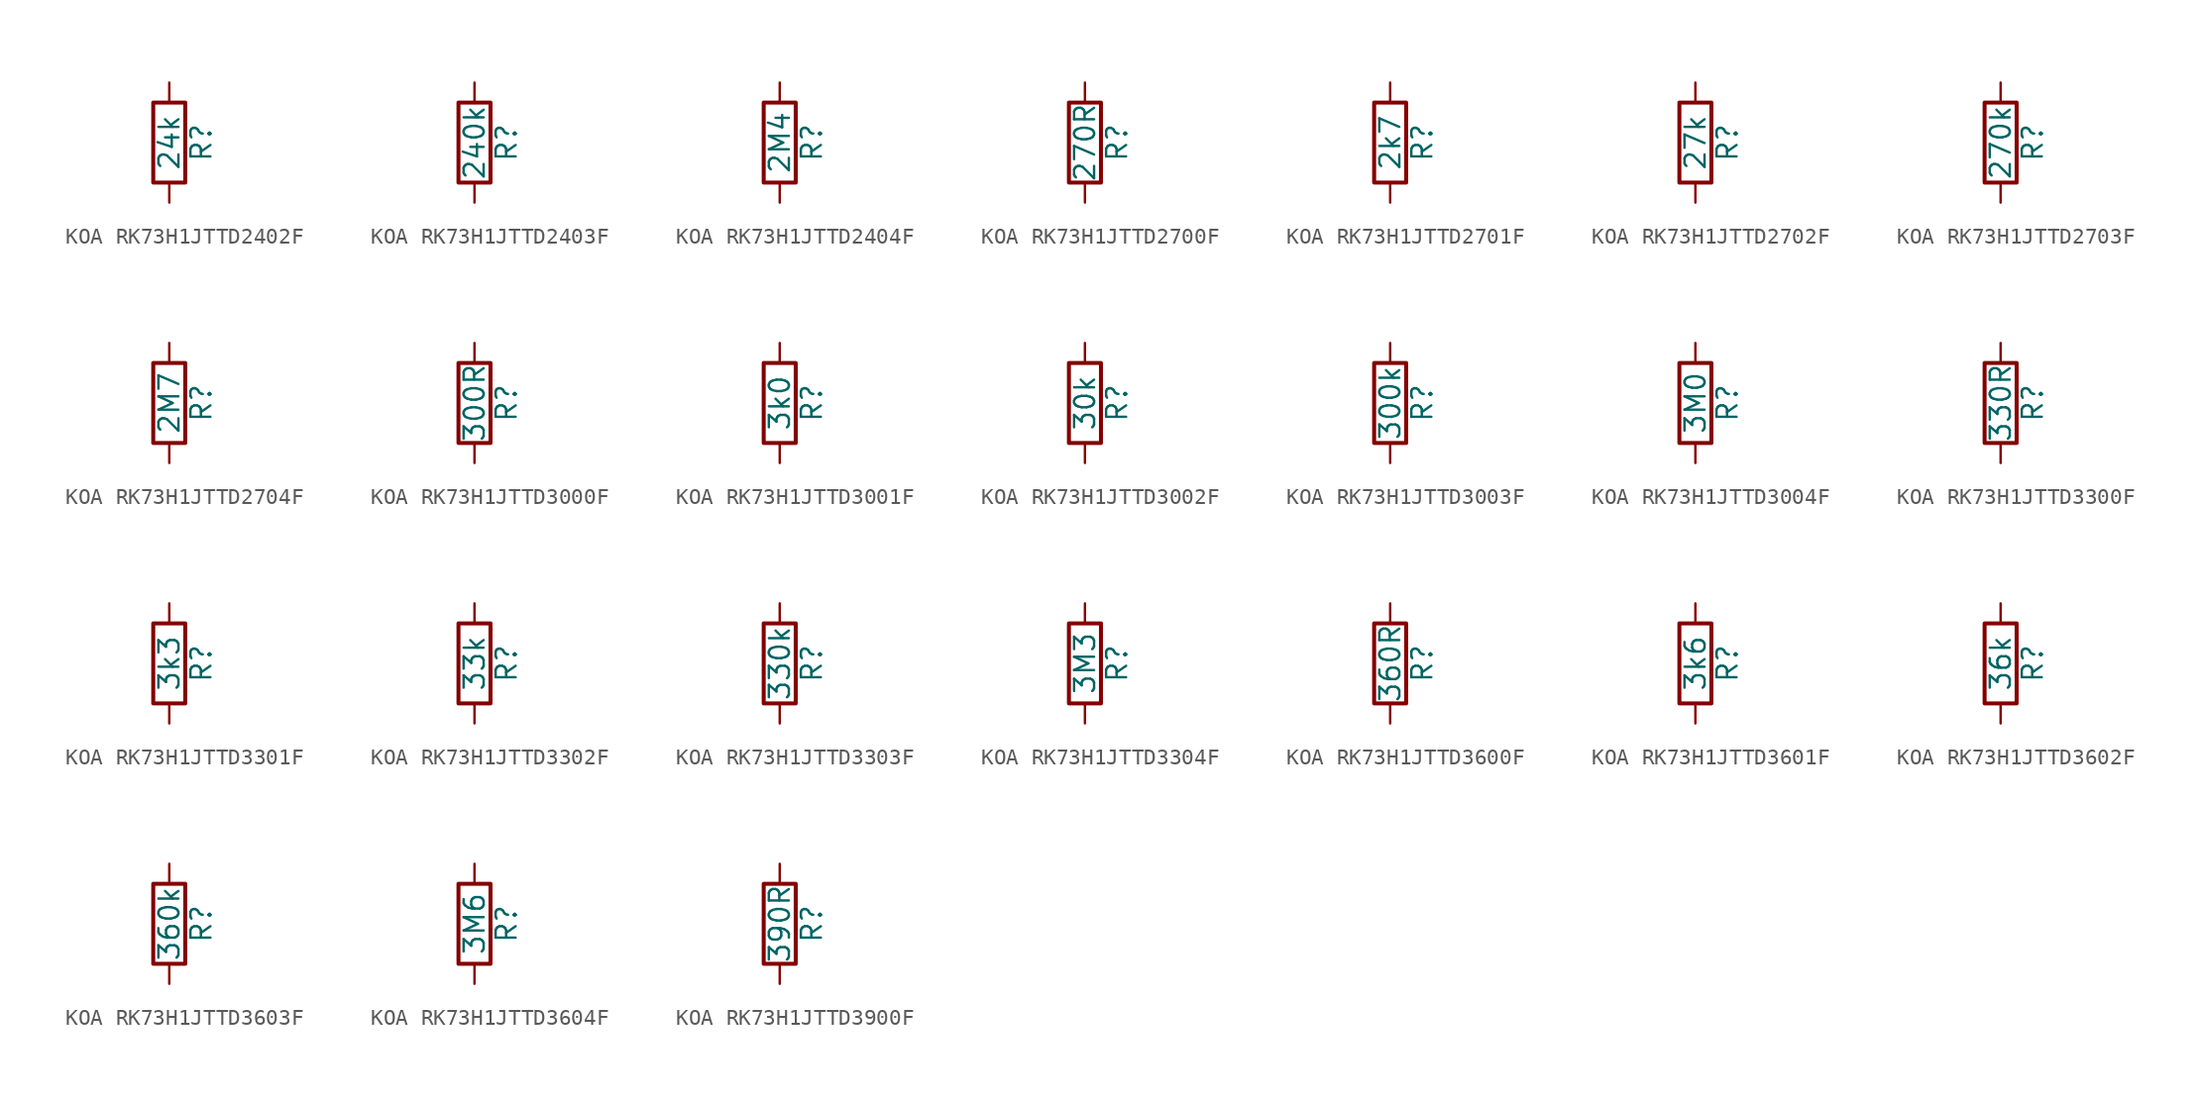
<source format=kicad_sym>
(kicad_symbol_lib
  (version 20220914)
  (generator kicad_symbol_editor)
  (symbol "KOA RK73H1JTTD2402F"
    (pin_numbers hide)
    (pin_names
      (offset 0))
    (property "Reference" "R"
      (at 2.032 0 90)
      (effects (font (size 1.27 1.27))))
    (property "Value" "24k"
      (at 0 0 90)
      (effects (font (size 1.27 1.27))))
    (symbol "KOA RK73H1JTTD2402F_0_1"
      (rectangle (start -1.016 -2.54) (end 1.016 2.54) (stroke (width 0.254) (type default)) (fill (type none))))
    (symbol "KOA RK73H1JTTD2402F_1_1"
      (pin passive line (at 0 3.81 270) (length 1.27) (name "~" (effects (font (size 1.27 1.27)))) (number "1" (effects (font (size 1.27 1.27)))))
      (pin passive line (at 0 -3.81 90) (length 1.27) (name "~" (effects (font (size 1.27 1.27)))) (number "2" (effects (font (size 1.27 1.27)))))))
  (symbol "KOA RK73H1JTTD2403F"
    (pin_numbers hide)
    (pin_names
      (offset 0))
    (property "Reference" "R"
      (at 2.032 0 90)
      (effects (font (size 1.27 1.27))))
    (property "Value" "240k"
      (at 0 0 90)
      (effects (font (size 1.27 1.27))))
    (symbol "KOA RK73H1JTTD2403F_0_1"
      (rectangle (start -1.016 -2.54) (end 1.016 2.54) (stroke (width 0.254) (type default)) (fill (type none))))
    (symbol "KOA RK73H1JTTD2403F_1_1"
      (pin passive line (at 0 3.81 270) (length 1.27) (name "~" (effects (font (size 1.27 1.27)))) (number "1" (effects (font (size 1.27 1.27)))))
      (pin passive line (at 0 -3.81 90) (length 1.27) (name "~" (effects (font (size 1.27 1.27)))) (number "2" (effects (font (size 1.27 1.27)))))))
  (symbol "KOA RK73H1JTTD2404F"
    (pin_numbers hide)
    (pin_names
      (offset 0))
    (property "Reference" "R"
      (at 2.032 0 90)
      (effects (font (size 1.27 1.27))))
    (property "Value" "2M4"
      (at 0 0 90)
      (effects (font (size 1.27 1.27))))
    (symbol "KOA RK73H1JTTD2404F_0_1"
      (rectangle (start -1.016 -2.54) (end 1.016 2.54) (stroke (width 0.254) (type default)) (fill (type none))))
    (symbol "KOA RK73H1JTTD2404F_1_1"
      (pin passive line (at 0 3.81 270) (length 1.27) (name "~" (effects (font (size 1.27 1.27)))) (number "1" (effects (font (size 1.27 1.27)))))
      (pin passive line (at 0 -3.81 90) (length 1.27) (name "~" (effects (font (size 1.27 1.27)))) (number "2" (effects (font (size 1.27 1.27)))))))
  (symbol "KOA RK73H1JTTD2700F"
    (pin_numbers hide)
    (pin_names
      (offset 0))
    (property "Reference" "R"
      (at 2.032 0 90)
      (effects (font (size 1.27 1.27))))
    (property "Value" "270R"
      (at 0 0 90)
      (effects (font (size 1.27 1.27))))
    (symbol "KOA RK73H1JTTD2700F_0_1"
      (rectangle (start -1.016 -2.54) (end 1.016 2.54) (stroke (width 0.254) (type default)) (fill (type none))))
    (symbol "KOA RK73H1JTTD2700F_1_1"
      (pin passive line (at 0 3.81 270) (length 1.27) (name "~" (effects (font (size 1.27 1.27)))) (number "1" (effects (font (size 1.27 1.27)))))
      (pin passive line (at 0 -3.81 90) (length 1.27) (name "~" (effects (font (size 1.27 1.27)))) (number "2" (effects (font (size 1.27 1.27)))))))
  (symbol "KOA RK73H1JTTD2701F"
    (pin_numbers hide)
    (pin_names
      (offset 0))
    (property "Reference" "R"
      (at 2.032 0 90)
      (effects (font (size 1.27 1.27))))
    (property "Value" "2k7"
      (at 0 0 90)
      (effects (font (size 1.27 1.27))))
    (symbol "KOA RK73H1JTTD2701F_0_1"
      (rectangle (start -1.016 -2.54) (end 1.016 2.54) (stroke (width 0.254) (type default)) (fill (type none))))
    (symbol "KOA RK73H1JTTD2701F_1_1"
      (pin passive line (at 0 3.81 270) (length 1.27) (name "~" (effects (font (size 1.27 1.27)))) (number "1" (effects (font (size 1.27 1.27)))))
      (pin passive line (at 0 -3.81 90) (length 1.27) (name "~" (effects (font (size 1.27 1.27)))) (number "2" (effects (font (size 1.27 1.27)))))))
  (symbol "KOA RK73H1JTTD2702F"
    (pin_numbers hide)
    (pin_names
      (offset 0))
    (property "Reference" "R"
      (at 2.032 0 90)
      (effects (font (size 1.27 1.27))))
    (property "Value" "27k"
      (at 0 0 90)
      (effects (font (size 1.27 1.27))))
    (symbol "KOA RK73H1JTTD2702F_0_1"
      (rectangle (start -1.016 -2.54) (end 1.016 2.54) (stroke (width 0.254) (type default)) (fill (type none))))
    (symbol "KOA RK73H1JTTD2702F_1_1"
      (pin passive line (at 0 3.81 270) (length 1.27) (name "~" (effects (font (size 1.27 1.27)))) (number "1" (effects (font (size 1.27 1.27)))))
      (pin passive line (at 0 -3.81 90) (length 1.27) (name "~" (effects (font (size 1.27 1.27)))) (number "2" (effects (font (size 1.27 1.27)))))))
  (symbol "KOA RK73H1JTTD2703F"
    (pin_numbers hide)
    (pin_names
      (offset 0))
    (property "Reference" "R"
      (at 2.032 0 90)
      (effects (font (size 1.27 1.27))))
    (property "Value" "270k"
      (at 0 0 90)
      (effects (font (size 1.27 1.27))))
    (symbol "KOA RK73H1JTTD2703F_0_1"
      (rectangle (start -1.016 -2.54) (end 1.016 2.54) (stroke (width 0.254) (type default)) (fill (type none))))
    (symbol "KOA RK73H1JTTD2703F_1_1"
      (pin passive line (at 0 3.81 270) (length 1.27) (name "~" (effects (font (size 1.27 1.27)))) (number "1" (effects (font (size 1.27 1.27)))))
      (pin passive line (at 0 -3.81 90) (length 1.27) (name "~" (effects (font (size 1.27 1.27)))) (number "2" (effects (font (size 1.27 1.27)))))))
  (symbol "KOA RK73H1JTTD2704F"
    (pin_numbers hide)
    (pin_names
      (offset 0))
    (property "Reference" "R"
      (at 2.032 0 90)
      (effects (font (size 1.27 1.27))))
    (property "Value" "2M7"
      (at 0 0 90)
      (effects (font (size 1.27 1.27))))
    (symbol "KOA RK73H1JTTD2704F_0_1"
      (rectangle (start -1.016 -2.54) (end 1.016 2.54) (stroke (width 0.254) (type default)) (fill (type none))))
    (symbol "KOA RK73H1JTTD2704F_1_1"
      (pin passive line (at 0 3.81 270) (length 1.27) (name "~" (effects (font (size 1.27 1.27)))) (number "1" (effects (font (size 1.27 1.27)))))
      (pin passive line (at 0 -3.81 90) (length 1.27) (name "~" (effects (font (size 1.27 1.27)))) (number "2" (effects (font (size 1.27 1.27)))))))
  (symbol "KOA RK73H1JTTD3000F"
    (pin_numbers hide)
    (pin_names
      (offset 0))
    (property "Reference" "R"
      (at 2.032 0 90)
      (effects (font (size 1.27 1.27))))
    (property "Value" "300R"
      (at 0 0 90)
      (effects (font (size 1.27 1.27))))
    (symbol "KOA RK73H1JTTD3000F_0_1"
      (rectangle (start -1.016 -2.54) (end 1.016 2.54) (stroke (width 0.254) (type default)) (fill (type none))))
    (symbol "KOA RK73H1JTTD3000F_1_1"
      (pin passive line (at 0 3.81 270) (length 1.27) (name "~" (effects (font (size 1.27 1.27)))) (number "1" (effects (font (size 1.27 1.27)))))
      (pin passive line (at 0 -3.81 90) (length 1.27) (name "~" (effects (font (size 1.27 1.27)))) (number "2" (effects (font (size 1.27 1.27)))))))
  (symbol "KOA RK73H1JTTD3001F"
    (pin_numbers hide)
    (pin_names
      (offset 0))
    (property "Reference" "R"
      (at 2.032 0 90)
      (effects (font (size 1.27 1.27))))
    (property "Value" "3k0"
      (at 0 0 90)
      (effects (font (size 1.27 1.27))))
    (symbol "KOA RK73H1JTTD3001F_0_1"
      (rectangle (start -1.016 -2.54) (end 1.016 2.54) (stroke (width 0.254) (type default)) (fill (type none))))
    (symbol "KOA RK73H1JTTD3001F_1_1"
      (pin passive line (at 0 3.81 270) (length 1.27) (name "~" (effects (font (size 1.27 1.27)))) (number "1" (effects (font (size 1.27 1.27)))))
      (pin passive line (at 0 -3.81 90) (length 1.27) (name "~" (effects (font (size 1.27 1.27)))) (number "2" (effects (font (size 1.27 1.27)))))))
  (symbol "KOA RK73H1JTTD3002F"
    (pin_numbers hide)
    (pin_names
      (offset 0))
    (property "Reference" "R"
      (at 2.032 0 90)
      (effects (font (size 1.27 1.27))))
    (property "Value" "30k"
      (at 0 0 90)
      (effects (font (size 1.27 1.27))))
    (symbol "KOA RK73H1JTTD3002F_0_1"
      (rectangle (start -1.016 -2.54) (end 1.016 2.54) (stroke (width 0.254) (type default)) (fill (type none))))
    (symbol "KOA RK73H1JTTD3002F_1_1"
      (pin passive line (at 0 3.81 270) (length 1.27) (name "~" (effects (font (size 1.27 1.27)))) (number "1" (effects (font (size 1.27 1.27)))))
      (pin passive line (at 0 -3.81 90) (length 1.27) (name "~" (effects (font (size 1.27 1.27)))) (number "2" (effects (font (size 1.27 1.27)))))))
  (symbol "KOA RK73H1JTTD3003F"
    (pin_numbers hide)
    (pin_names
      (offset 0))
    (property "Reference" "R"
      (at 2.032 0 90)
      (effects (font (size 1.27 1.27))))
    (property "Value" "300k"
      (at 0 0 90)
      (effects (font (size 1.27 1.27))))
    (symbol "KOA RK73H1JTTD3003F_0_1"
      (rectangle (start -1.016 -2.54) (end 1.016 2.54) (stroke (width 0.254) (type default)) (fill (type none))))
    (symbol "KOA RK73H1JTTD3003F_1_1"
      (pin passive line (at 0 3.81 270) (length 1.27) (name "~" (effects (font (size 1.27 1.27)))) (number "1" (effects (font (size 1.27 1.27)))))
      (pin passive line (at 0 -3.81 90) (length 1.27) (name "~" (effects (font (size 1.27 1.27)))) (number "2" (effects (font (size 1.27 1.27)))))))
  (symbol "KOA RK73H1JTTD3004F"
    (pin_numbers hide)
    (pin_names
      (offset 0))
    (property "Reference" "R"
      (at 2.032 0 90)
      (effects (font (size 1.27 1.27))))
    (property "Value" "3M0"
      (at 0 0 90)
      (effects (font (size 1.27 1.27))))
    (symbol "KOA RK73H1JTTD3004F_0_1"
      (rectangle (start -1.016 -2.54) (end 1.016 2.54) (stroke (width 0.254) (type default)) (fill (type none))))
    (symbol "KOA RK73H1JTTD3004F_1_1"
      (pin passive line (at 0 3.81 270) (length 1.27) (name "~" (effects (font (size 1.27 1.27)))) (number "1" (effects (font (size 1.27 1.27)))))
      (pin passive line (at 0 -3.81 90) (length 1.27) (name "~" (effects (font (size 1.27 1.27)))) (number "2" (effects (font (size 1.27 1.27)))))))
  (symbol "KOA RK73H1JTTD3300F"
    (pin_numbers hide)
    (pin_names
      (offset 0))
    (property "Reference" "R"
      (at 2.032 0 90)
      (effects (font (size 1.27 1.27))))
    (property "Value" "330R"
      (at 0 0 90)
      (effects (font (size 1.27 1.27))))
    (symbol "KOA RK73H1JTTD3300F_0_1"
      (rectangle (start -1.016 -2.54) (end 1.016 2.54) (stroke (width 0.254) (type default)) (fill (type none))))
    (symbol "KOA RK73H1JTTD3300F_1_1"
      (pin passive line (at 0 3.81 270) (length 1.27) (name "~" (effects (font (size 1.27 1.27)))) (number "1" (effects (font (size 1.27 1.27)))))
      (pin passive line (at 0 -3.81 90) (length 1.27) (name "~" (effects (font (size 1.27 1.27)))) (number "2" (effects (font (size 1.27 1.27)))))))
  (symbol "KOA RK73H1JTTD3301F"
    (pin_numbers hide)
    (pin_names
      (offset 0))
    (property "Reference" "R"
      (at 2.032 0 90)
      (effects (font (size 1.27 1.27))))
    (property "Value" "3k3"
      (at 0 0 90)
      (effects (font (size 1.27 1.27))))
    (symbol "KOA RK73H1JTTD3301F_0_1"
      (rectangle (start -1.016 -2.54) (end 1.016 2.54) (stroke (width 0.254) (type default)) (fill (type none))))
    (symbol "KOA RK73H1JTTD3301F_1_1"
      (pin passive line (at 0 3.81 270) (length 1.27) (name "~" (effects (font (size 1.27 1.27)))) (number "1" (effects (font (size 1.27 1.27)))))
      (pin passive line (at 0 -3.81 90) (length 1.27) (name "~" (effects (font (size 1.27 1.27)))) (number "2" (effects (font (size 1.27 1.27)))))))
  (symbol "KOA RK73H1JTTD3302F"
    (pin_numbers hide)
    (pin_names
      (offset 0))
    (property "Reference" "R"
      (at 2.032 0 90)
      (effects (font (size 1.27 1.27))))
    (property "Value" "33k"
      (at 0 0 90)
      (effects (font (size 1.27 1.27))))
    (symbol "KOA RK73H1JTTD3302F_0_1"
      (rectangle (start -1.016 -2.54) (end 1.016 2.54) (stroke (width 0.254) (type default)) (fill (type none))))
    (symbol "KOA RK73H1JTTD3302F_1_1"
      (pin passive line (at 0 3.81 270) (length 1.27) (name "~" (effects (font (size 1.27 1.27)))) (number "1" (effects (font (size 1.27 1.27)))))
      (pin passive line (at 0 -3.81 90) (length 1.27) (name "~" (effects (font (size 1.27 1.27)))) (number "2" (effects (font (size 1.27 1.27)))))))
  (symbol "KOA RK73H1JTTD3303F"
    (pin_numbers hide)
    (pin_names
      (offset 0))
    (property "Reference" "R"
      (at 2.032 0 90)
      (effects (font (size 1.27 1.27))))
    (property "Value" "330k"
      (at 0 0 90)
      (effects (font (size 1.27 1.27))))
    (symbol "KOA RK73H1JTTD3303F_0_1"
      (rectangle (start -1.016 -2.54) (end 1.016 2.54) (stroke (width 0.254) (type default)) (fill (type none))))
    (symbol "KOA RK73H1JTTD3303F_1_1"
      (pin passive line (at 0 3.81 270) (length 1.27) (name "~" (effects (font (size 1.27 1.27)))) (number "1" (effects (font (size 1.27 1.27)))))
      (pin passive line (at 0 -3.81 90) (length 1.27) (name "~" (effects (font (size 1.27 1.27)))) (number "2" (effects (font (size 1.27 1.27)))))))
  (symbol "KOA RK73H1JTTD3304F"
    (pin_numbers hide)
    (pin_names
      (offset 0))
    (property "Reference" "R"
      (at 2.032 0 90)
      (effects (font (size 1.27 1.27))))
    (property "Value" "3M3"
      (at 0 0 90)
      (effects (font (size 1.27 1.27))))
    (symbol "KOA RK73H1JTTD3304F_0_1"
      (rectangle (start -1.016 -2.54) (end 1.016 2.54) (stroke (width 0.254) (type default)) (fill (type none))))
    (symbol "KOA RK73H1JTTD3304F_1_1"
      (pin passive line (at 0 3.81 270) (length 1.27) (name "~" (effects (font (size 1.27 1.27)))) (number "1" (effects (font (size 1.27 1.27)))))
      (pin passive line (at 0 -3.81 90) (length 1.27) (name "~" (effects (font (size 1.27 1.27)))) (number "2" (effects (font (size 1.27 1.27)))))))
  (symbol "KOA RK73H1JTTD3600F"
    (pin_numbers hide)
    (pin_names
      (offset 0))
    (property "Reference" "R"
      (at 2.032 0 90)
      (effects (font (size 1.27 1.27))))
    (property "Value" "360R"
      (at 0 0 90)
      (effects (font (size 1.27 1.27))))
    (symbol "KOA RK73H1JTTD3600F_0_1"
      (rectangle (start -1.016 -2.54) (end 1.016 2.54) (stroke (width 0.254) (type default)) (fill (type none))))
    (symbol "KOA RK73H1JTTD3600F_1_1"
      (pin passive line (at 0 3.81 270) (length 1.27) (name "~" (effects (font (size 1.27 1.27)))) (number "1" (effects (font (size 1.27 1.27)))))
      (pin passive line (at 0 -3.81 90) (length 1.27) (name "~" (effects (font (size 1.27 1.27)))) (number "2" (effects (font (size 1.27 1.27)))))))
  (symbol "KOA RK73H1JTTD3601F"
    (pin_numbers hide)
    (pin_names
      (offset 0))
    (property "Reference" "R"
      (at 2.032 0 90)
      (effects (font (size 1.27 1.27))))
    (property "Value" "3k6"
      (at 0 0 90)
      (effects (font (size 1.27 1.27))))
    (symbol "KOA RK73H1JTTD3601F_0_1"
      (rectangle (start -1.016 -2.54) (end 1.016 2.54) (stroke (width 0.254) (type default)) (fill (type none))))
    (symbol "KOA RK73H1JTTD3601F_1_1"
      (pin passive line (at 0 3.81 270) (length 1.27) (name "~" (effects (font (size 1.27 1.27)))) (number "1" (effects (font (size 1.27 1.27)))))
      (pin passive line (at 0 -3.81 90) (length 1.27) (name "~" (effects (font (size 1.27 1.27)))) (number "2" (effects (font (size 1.27 1.27)))))))
  (symbol "KOA RK73H1JTTD3602F"
    (pin_numbers hide)
    (pin_names
      (offset 0))
    (property "Reference" "R"
      (at 2.032 0 90)
      (effects (font (size 1.27 1.27))))
    (property "Value" "36k"
      (at 0 0 90)
      (effects (font (size 1.27 1.27))))
    (symbol "KOA RK73H1JTTD3602F_0_1"
      (rectangle (start -1.016 -2.54) (end 1.016 2.54) (stroke (width 0.254) (type default)) (fill (type none))))
    (symbol "KOA RK73H1JTTD3602F_1_1"
      (pin passive line (at 0 3.81 270) (length 1.27) (name "~" (effects (font (size 1.27 1.27)))) (number "1" (effects (font (size 1.27 1.27)))))
      (pin passive line (at 0 -3.81 90) (length 1.27) (name "~" (effects (font (size 1.27 1.27)))) (number "2" (effects (font (size 1.27 1.27)))))))
  (symbol "KOA RK73H1JTTD3603F"
    (pin_numbers hide)
    (pin_names
      (offset 0))
    (property "Reference" "R"
      (at 2.032 0 90)
      (effects (font (size 1.27 1.27))))
    (property "Value" "360k"
      (at 0 0 90)
      (effects (font (size 1.27 1.27))))
    (symbol "KOA RK73H1JTTD3603F_0_1"
      (rectangle (start -1.016 -2.54) (end 1.016 2.54) (stroke (width 0.254) (type default)) (fill (type none))))
    (symbol "KOA RK73H1JTTD3603F_1_1"
      (pin passive line (at 0 3.81 270) (length 1.27) (name "~" (effects (font (size 1.27 1.27)))) (number "1" (effects (font (size 1.27 1.27)))))
      (pin passive line (at 0 -3.81 90) (length 1.27) (name "~" (effects (font (size 1.27 1.27)))) (number "2" (effects (font (size 1.27 1.27)))))))
  (symbol "KOA RK73H1JTTD3604F"
    (pin_numbers hide)
    (pin_names
      (offset 0))
    (property "Reference" "R"
      (at 2.032 0 90)
      (effects (font (size 1.27 1.27))))
    (property "Value" "3M6"
      (at 0 0 90)
      (effects (font (size 1.27 1.27))))
    (symbol "KOA RK73H1JTTD3604F_0_1"
      (rectangle (start -1.016 -2.54) (end 1.016 2.54) (stroke (width 0.254) (type default)) (fill (type none))))
    (symbol "KOA RK73H1JTTD3604F_1_1"
      (pin passive line (at 0 3.81 270) (length 1.27) (name "~" (effects (font (size 1.27 1.27)))) (number "1" (effects (font (size 1.27 1.27)))))
      (pin passive line (at 0 -3.81 90) (length 1.27) (name "~" (effects (font (size 1.27 1.27)))) (number "2" (effects (font (size 1.27 1.27)))))))
  (symbol "KOA RK73H1JTTD3900F"
    (pin_numbers hide)
    (pin_names
      (offset 0))
    (property "Reference" "R"
      (at 2.032 0 90)
      (effects (font (size 1.27 1.27))))
    (property "Value" "390R"
      (at 0 0 90)
      (effects (font (size 1.27 1.27))))
    (symbol "KOA RK73H1JTTD3900F_0_1"
      (rectangle (start -1.016 -2.54) (end 1.016 2.54) (stroke (width 0.254) (type default)) (fill (type none))))
    (symbol "KOA RK73H1JTTD3900F_1_1"
      (pin passive line (at 0 3.81 270) (length 1.27) (name "~" (effects (font (size 1.27 1.27)))) (number "1" (effects (font (size 1.27 1.27)))))
      (pin passive line (at 0 -3.81 90) (length 1.27) (name "~" (effects (font (size 1.27 1.27)))) (number "2" (effects (font (size 1.27 1.27))))))))
</source>
